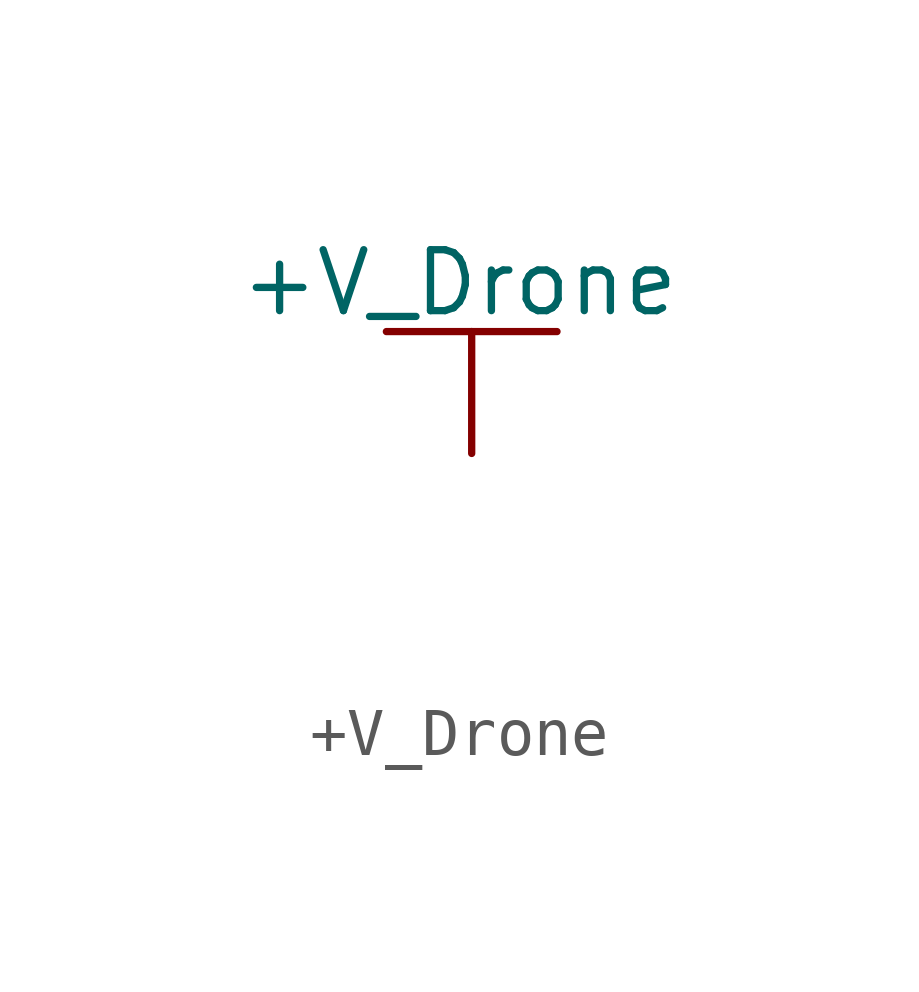
<source format=kicad_sym>
(kicad_symbol_lib
  (version 20220914)
  (generator kicad_symbol_editor)
  (symbol "+V_Drone"
    (power)
    (pin_numbers hide)
    (pin_names
      (offset 0) hide)
    (property "Reference" "#PWR"
      (at 0 -3.81 0)
      (effects (font (size 1.27 1.27)) hide))
    (property "Value" "+V_Drone"
      (at -0.254 3.556 0)
      (effects (font (size 1.27 1.27))))
    (property "Footprint" ""
      (at 0 0 0)
      (effects (font (size 1.524 1.524))))
    (property "Datasheet" ""
      (at 0 -3.81 0)
      (effects (font (size 1.524 1.524))))
    (symbol "+V_Drone_0_1"
      (polyline (pts (xy -1.778 2.54) (xy 0 2.54)) (stroke (width 0) (type default)) (fill (type none)))
      (polyline (pts (xy 0 0) (xy 0 2.54)) (stroke (width 0) (type default)) (fill (type none)))
      (polyline (pts (xy 0 2.54) (xy 1.778 2.54)) (stroke (width 0) (type default)) (fill (type none))))
    (symbol "+V_Drone_1_1"
      (pin power_in line (at 0 0 90) (length 0) hide (name "+V_Drone" (effects (font (size 1.27 1.27)))) (number "1" (effects (font (size 1.27 1.27))))))))
</source>
